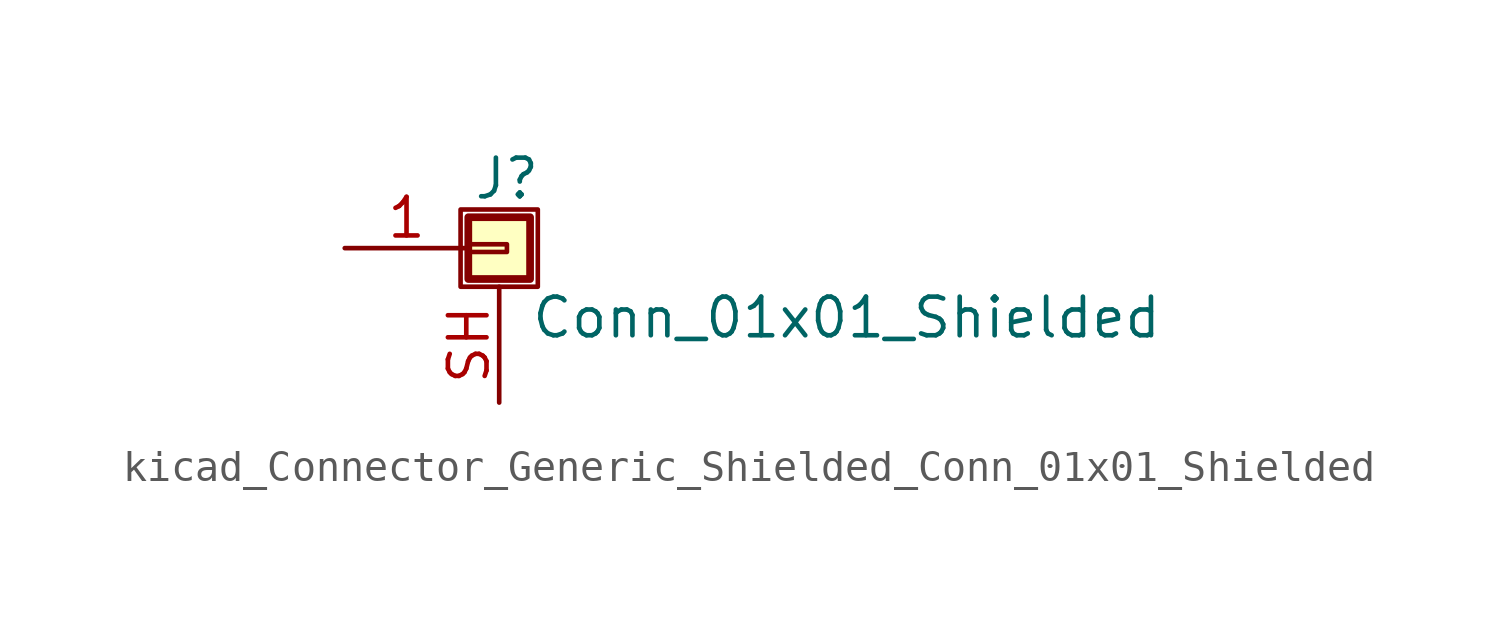
<source format=kicad_sym>
(kicad_symbol_lib
  (version 20220914)
  (generator kicad_symbol_editor)
  (symbol "kicad_Connector_Generic_Shielded_Conn_01x01_Shielded"
    (pin_names
      (offset 1.016) hide)
    (property "Reference" "J"
      (at 0.254 2.286 0)
      (effects (font (size 1.27 1.27))))
    (property "Value" "Conn_01x01_Shielded"
      (at 1.016 -2.286 0)
      (effects (font (size 1.27 1.27)) (justify left)))
    (symbol "kicad_Connector_Generic_Shielded_Conn_01x01_Shielded_1_1"
      (rectangle (start -1.27 1.27) (end 1.27 -1.27) (stroke (width 0.152) (type default)) (fill (type none)))
      (rectangle (start -1.016 0.127) (end 0.254 -0.127) (stroke (width 0.152) (type default)) (fill (type none)))
      (rectangle (start -1.016 1.016) (end 1.016 -1.016) (stroke (width 0.254) (type default)) (fill (type background)))
      (pin passive line (at -5.08 0 0) (length 4.064) (name "Pin_1" (effects (font (size 1.27 1.27)))) (number "1" (effects (font (size 1.27 1.27)))))
      (pin passive line (at 0 -5.08 90) (length 3.81) (name "Shield" (effects (font (size 1.27 1.27)))) (number "SH" (effects (font (size 1.27 1.27))))))))
</source>
